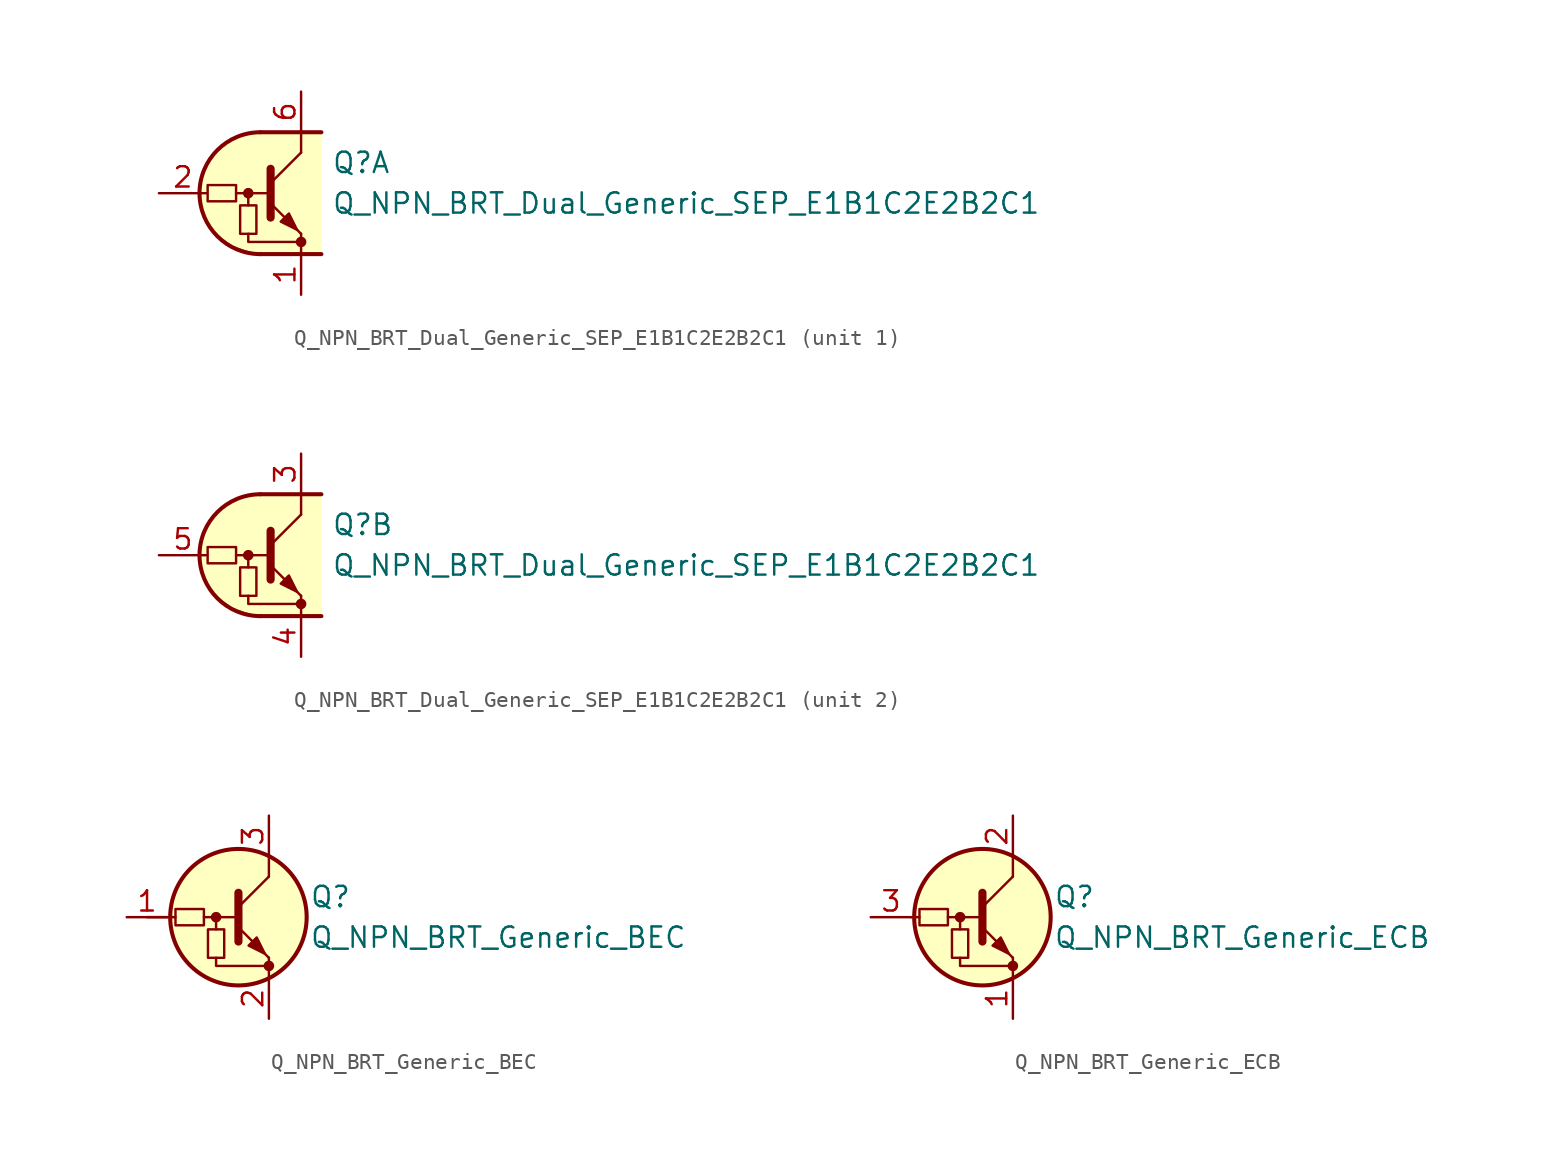
<source format=kicad_sym>
(kicad_symbol_lib
  (version 20211014)
  (generator kicad_symbol_editor)
  (symbol "Q_NPN_BRT_Dual_Generic_SEP_E1B1C2E2B2C1"
    (pin_names
      (offset 1.016) hide)
    (property "Reference" "Q"
      (at 3.175 1.905 0)
      (effects (font (size 1.27 1.27)) (justify left)))
    (property "Value" "Q_NPN_BRT_Dual_Generic_SEP_E1B1C2E2B2C1"
      (at 3.175 -0.635 0)
      (effects (font (size 1.27 1.27)) (justify left)))
    (property "ki_locked" ""
      (at 0 0 0)
      (effects (font (size 1.27 1.27))))
    (symbol "Q_NPN_BRT_Dual_Generic_SEP_E1B1C2E2B2C1_1_1"
      (rectangle (start -4.572 0.508) (end -2.794 -0.508) (stroke (width 0) (type default) (color 0 0 0 0)) (fill (type none)))
      (rectangle (start -2.54 -2.54) (end -1.524 -0.762) (stroke (width 0) (type default) (color 0 0 0 0)) (fill (type none)))
      (circle (center -2.032 0) (radius 0.254) (stroke (width 0) (type default) (color 0 0 0 0)) (fill (type outline)))
      (arc (start -1.27 3.81) (mid -5.08 0) (end -1.27 -3.81) (stroke (width 0.254) (type default) (color 0 0 0 0)) (fill (type none)))
      (polyline (pts (xy -2.794 0) (xy -0.635 0)) (stroke (width 0) (type default) (color 0 0 0 0)) (fill (type none)))
      (polyline (pts (xy -2.032 -0.762) (xy -2.032 0)) (stroke (width 0) (type default) (color 0 0 0 0)) (fill (type none)))
      (polyline (pts (xy -1.27 -3.81) (xy 2.54 -3.81)) (stroke (width 0.254) (type default) (color 0 0 0 0)) (fill (type none)))
      (polyline (pts (xy -1.27 3.81) (xy 2.54 3.81)) (stroke (width 0.254) (type default) (color 0 0 0 0)) (fill (type none)))
      (polyline (pts (xy -0.635 0.635) (xy 1.27 2.54)) (stroke (width 0) (type default) (color 0 0 0 0)) (fill (type none)))
      (polyline (pts (xy -0.635 1.524) (xy -0.635 -1.524)) (stroke (width 0.508) (type default) (color 0 0 0 0)) (fill (type none)))
      (polyline (pts (xy 1.27 -3.81) (xy 1.27 -2.54)) (stroke (width 0) (type default) (color 0 0 0 0)) (fill (type none)))
      (polyline (pts (xy 1.27 2.54) (xy 1.27 3.81)) (stroke (width 0) (type default) (color 0 0 0 0)) (fill (type none)))
      (polyline (pts (xy -2.032 -2.54) (xy -2.032 -3.048) (xy 1.27 -3.048)) (stroke (width 0) (type default) (color 0 0 0 0)) (fill (type none)))
      (polyline (pts (xy -0.635 -0.635) (xy 1.27 -2.54) (xy 1.27 -2.54)) (stroke (width 0) (type default) (color 0 0 0 0)) (fill (type none)))
      (polyline (pts (xy 0 -1.778) (xy 0.508 -1.27) (xy 1.016 -2.286) (xy 0 -1.778) (xy 0 -1.778)) (stroke (width 0) (type default) (color 0 0 0 0)) (fill (type outline)))
      (polyline (pts (xy 2.54 3.81) (xy -1.524 3.81) (xy -3.302 3.302) (xy -4.064 2.54) (xy -4.826 1.524) (xy -5.08 0) (xy -4.826 -1.524) (xy -4.064 -2.54) (xy -3.048 -3.302) (xy -1.524 -3.81) (xy 2.54 -3.81)) (stroke (width 0.025) (type default) (color 0 0 0 0)) (fill (type background)))
      (circle (center 1.27 -3.048) (radius 0.254) (stroke (width 0) (type default) (color 0 0 0 0)) (fill (type outline)))
      (pin passive line (at 1.27 -6.35 90) (length 2.54) (name "E1" (effects (font (size 1.27 1.27)))) (number "1" (effects (font (size 1.27 1.27)))))
      (pin input line (at -7.62 0 0) (length 3) (name "B1" (effects (font (size 1.27 1.27)))) (number "2" (effects (font (size 1.27 1.27)))))
      (pin passive line (at 1.27 6.35 270) (length 2.54) (name "C1" (effects (font (size 1.27 1.27)))) (number "6" (effects (font (size 1.27 1.27))))))
    (symbol "Q_NPN_BRT_Dual_Generic_SEP_E1B1C2E2B2C1_2_1"
      (rectangle (start -4.572 0.508) (end -2.794 -0.508) (stroke (width 0) (type default) (color 0 0 0 0)) (fill (type none)))
      (rectangle (start -2.54 -2.54) (end -1.524 -0.762) (stroke (width 0) (type default) (color 0 0 0 0)) (fill (type none)))
      (circle (center -2.032 0) (radius 0.254) (stroke (width 0) (type default) (color 0 0 0 0)) (fill (type outline)))
      (arc (start -1.27 3.81) (mid -5.08 0) (end -1.27 -3.81) (stroke (width 0.254) (type default) (color 0 0 0 0)) (fill (type none)))
      (polyline (pts (xy -2.794 0) (xy -0.635 0)) (stroke (width 0) (type default) (color 0 0 0 0)) (fill (type none)))
      (polyline (pts (xy -2.032 -0.762) (xy -2.032 0)) (stroke (width 0) (type default) (color 0 0 0 0)) (fill (type none)))
      (polyline (pts (xy -1.27 -3.81) (xy 2.54 -3.81)) (stroke (width 0.254) (type default) (color 0 0 0 0)) (fill (type none)))
      (polyline (pts (xy -1.27 3.81) (xy 2.54 3.81)) (stroke (width 0.254) (type default) (color 0 0 0 0)) (fill (type none)))
      (polyline (pts (xy -0.635 0.635) (xy 1.27 2.54)) (stroke (width 0) (type default) (color 0 0 0 0)) (fill (type none)))
      (polyline (pts (xy -0.635 1.524) (xy -0.635 -1.524)) (stroke (width 0.508) (type default) (color 0 0 0 0)) (fill (type none)))
      (polyline (pts (xy 1.27 -3.81) (xy 1.27 -2.54)) (stroke (width 0) (type default) (color 0 0 0 0)) (fill (type none)))
      (polyline (pts (xy 1.27 2.54) (xy 1.27 3.81)) (stroke (width 0) (type default) (color 0 0 0 0)) (fill (type none)))
      (polyline (pts (xy -2.032 -2.54) (xy -2.032 -3.048) (xy 1.27 -3.048)) (stroke (width 0) (type default) (color 0 0 0 0)) (fill (type none)))
      (polyline (pts (xy -0.635 -0.635) (xy 1.27 -2.54) (xy 1.27 -2.54)) (stroke (width 0) (type default) (color 0 0 0 0)) (fill (type none)))
      (polyline (pts (xy 0 -1.778) (xy 0.508 -1.27) (xy 1.016 -2.286) (xy 0 -1.778) (xy 0 -1.778)) (stroke (width 0) (type default) (color 0 0 0 0)) (fill (type outline)))
      (polyline (pts (xy 2.54 3.81) (xy -1.524 3.81) (xy -3.302 3.302) (xy -4.064 2.54) (xy -4.826 1.524) (xy -5.08 0) (xy -4.826 -1.524) (xy -4.064 -2.54) (xy -3.048 -3.302) (xy -1.524 -3.81) (xy 2.54 -3.81)) (stroke (width 0.025) (type default) (color 0 0 0 0)) (fill (type background)))
      (circle (center 1.27 -3.048) (radius 0.254) (stroke (width 0) (type default) (color 0 0 0 0)) (fill (type outline)))
      (pin passive line (at 1.27 6.35 270) (length 2.54) (name "C2" (effects (font (size 1.27 1.27)))) (number "3" (effects (font (size 1.27 1.27)))))
      (pin passive line (at 1.27 -6.35 90) (length 2.54) (name "E2" (effects (font (size 1.27 1.27)))) (number "4" (effects (font (size 1.27 1.27)))))
      (pin input line (at -7.62 0 0) (length 3) (name "B2" (effects (font (size 1.27 1.27)))) (number "5" (effects (font (size 1.27 1.27)))))))
  (symbol "Q_NPN_BRT_Generic_BEC"
    (pin_names hide)
    (property "Reference" "Q"
      (at 3.81 1.27 0)
      (effects (font (size 1.27 1.27)) (justify left)))
    (property "Value" "Q_NPN_BRT_Generic_BEC"
      (at 3.81 -1.27 0)
      (effects (font (size 1.27 1.27)) (justify left)))
    (symbol "Q_NPN_BRT_Generic_BEC_0_1"
      (circle (center -0.635 0) (radius 4.267) (stroke (width 0.254) (type default) (color 0 0 0 0)) (fill (type background)))
      (polyline (pts (xy -4.572 0) (xy -6.35 0)) (stroke (width 0) (type default) (color 0 0 0 0)) (fill (type none)))
      (polyline (pts (xy -0.635 1.524) (xy -0.635 -1.524)) (stroke (width 0.508) (type default) (color 0 0 0 0)) (fill (type none)))
      (polyline (pts (xy 1.27 -3.81) (xy 1.27 -2.54)) (stroke (width 0) (type default) (color 0 0 0 0)) (fill (type none)))
      (polyline (pts (xy 1.27 2.54) (xy 1.27 3.81)) (stroke (width 0) (type default) (color 0 0 0 0)) (fill (type none)))
      (circle (center 1.27 -3.048) (radius 0.254) (stroke (width 0) (type default) (color 0 0 0 0)) (fill (type outline))))
    (symbol "Q_NPN_BRT_Generic_BEC_1_1"
      (rectangle (start -4.572 0.508) (end -2.794 -0.508) (stroke (width 0) (type default) (color 0 0 0 0)) (fill (type none)))
      (rectangle (start -2.54 -2.54) (end -1.524 -0.762) (stroke (width 0) (type default) (color 0 0 0 0)) (fill (type none)))
      (circle (center -2.032 0) (radius 0.254) (stroke (width 0) (type default) (color 0 0 0 0)) (fill (type outline)))
      (polyline (pts (xy -2.794 0) (xy -0.635 0)) (stroke (width 0) (type default) (color 0 0 0 0)) (fill (type none)))
      (polyline (pts (xy -2.032 -0.762) (xy -2.032 0)) (stroke (width 0) (type default) (color 0 0 0 0)) (fill (type none)))
      (polyline (pts (xy -0.635 0.635) (xy 1.27 2.54)) (stroke (width 0) (type default) (color 0 0 0 0)) (fill (type none)))
      (polyline (pts (xy -2.032 -2.54) (xy -2.032 -3.048) (xy 1.27 -3.048)) (stroke (width 0) (type default) (color 0 0 0 0)) (fill (type none)))
      (polyline (pts (xy -0.635 -0.635) (xy 1.27 -2.54) (xy 1.27 -2.54)) (stroke (width 0) (type default) (color 0 0 0 0)) (fill (type none)))
      (polyline (pts (xy 0 -1.778) (xy 0.508 -1.27) (xy 1.016 -2.286) (xy 0 -1.778) (xy 0 -1.778)) (stroke (width 0) (type default) (color 0 0 0 0)) (fill (type outline)))
      (pin input line (at -7.62 0 0) (length 2.54) (name "B" (effects (font (size 1.27 1.27)))) (number "1" (effects (font (size 1.27 1.27)))))
      (pin passive line (at 1.27 -6.35 90) (length 2.54) (name "E" (effects (font (size 1.27 1.27)))) (number "2" (effects (font (size 1.27 1.27)))))
      (pin passive line (at 1.27 6.35 270) (length 2.54) (name "C" (effects (font (size 1.27 1.27)))) (number "3" (effects (font (size 1.27 1.27)))))))
  (symbol "Q_NPN_BRT_Generic_ECB"
    (pin_names hide)
    (property "Reference" "Q"
      (at 3.81 1.27 0)
      (effects (font (size 1.27 1.27)) (justify left)))
    (property "Value" "Q_NPN_BRT_Generic_ECB"
      (at 3.81 -1.27 0)
      (effects (font (size 1.27 1.27)) (justify left)))
    (symbol "Q_NPN_BRT_Generic_ECB_0_0"
      (polyline (pts (xy -5.08 0) (xy -4.572 0)) (stroke (width 0.152) (type default) (color 0 0 0 0)) (fill (type none))))
    (symbol "Q_NPN_BRT_Generic_ECB_0_1"
      (circle (center -0.635 0) (radius 4.267) (stroke (width 0.254) (type default) (color 0 0 0 0)) (fill (type background)))
      (polyline (pts (xy -0.635 1.524) (xy -0.635 -1.524)) (stroke (width 0.508) (type default) (color 0 0 0 0)) (fill (type none)))
      (polyline (pts (xy 1.27 -3.81) (xy 1.27 -2.54)) (stroke (width 0) (type default) (color 0 0 0 0)) (fill (type none)))
      (polyline (pts (xy 1.27 2.54) (xy 1.27 3.81)) (stroke (width 0) (type default) (color 0 0 0 0)) (fill (type none)))
      (circle (center 1.27 -3.048) (radius 0.254) (stroke (width 0) (type default) (color 0 0 0 0)) (fill (type outline))))
    (symbol "Q_NPN_BRT_Generic_ECB_1_1"
      (rectangle (start -4.572 0.508) (end -2.794 -0.508) (stroke (width 0) (type default) (color 0 0 0 0)) (fill (type none)))
      (rectangle (start -2.54 -2.54) (end -1.524 -0.762) (stroke (width 0) (type default) (color 0 0 0 0)) (fill (type none)))
      (circle (center -2.032 0) (radius 0.254) (stroke (width 0) (type default) (color 0 0 0 0)) (fill (type outline)))
      (polyline (pts (xy -2.794 0) (xy -0.635 0)) (stroke (width 0) (type default) (color 0 0 0 0)) (fill (type none)))
      (polyline (pts (xy -2.032 -0.762) (xy -2.032 0)) (stroke (width 0) (type default) (color 0 0 0 0)) (fill (type none)))
      (polyline (pts (xy -0.635 0.635) (xy 1.27 2.54)) (stroke (width 0) (type default) (color 0 0 0 0)) (fill (type none)))
      (polyline (pts (xy -2.032 -2.54) (xy -2.032 -3.048) (xy 1.27 -3.048)) (stroke (width 0) (type default) (color 0 0 0 0)) (fill (type none)))
      (polyline (pts (xy -0.635 -0.635) (xy 1.27 -2.54) (xy 1.27 -2.54)) (stroke (width 0) (type default) (color 0 0 0 0)) (fill (type none)))
      (polyline (pts (xy 0 -1.778) (xy 0.508 -1.27) (xy 1.016 -2.286) (xy 0 -1.778) (xy 0 -1.778)) (stroke (width 0) (type default) (color 0 0 0 0)) (fill (type outline)))
      (pin passive line (at 1.27 -6.35 90) (length 2.54) (name "E" (effects (font (size 1.27 1.27)))) (number "1" (effects (font (size 1.27 1.27)))))
      (pin passive line (at 1.27 6.35 270) (length 2.54) (name "C" (effects (font (size 1.27 1.27)))) (number "2" (effects (font (size 1.27 1.27)))))
      (pin input line (at -7.62 0 0) (length 2.54) (name "B" (effects (font (size 1.27 1.27)))) (number "3" (effects (font (size 1.27 1.27))))))))
</source>
